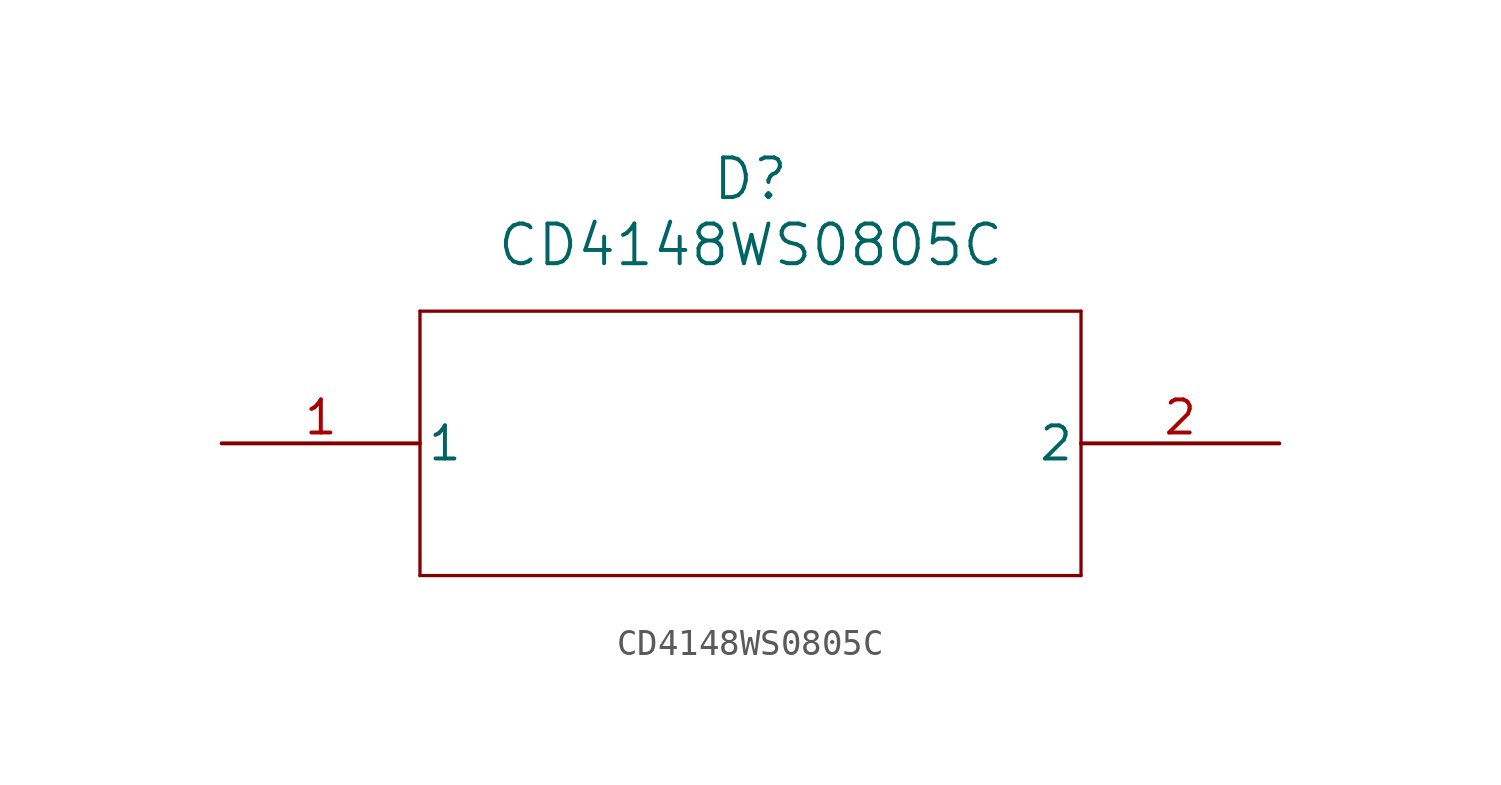
<source format=kicad_sym>
(kicad_symbol_lib
  (version 20211014)
  (generator kicad_symbol_editor)
  (symbol "CD4148WS0805C"
    (pin_names
      (offset 0.254))
    (property "Reference" "D"
      (at 20.32 10.16 0)
      (effects (font (size 1.524 1.524))))
    (property "Value" "CD4148WS0805C"
      (at 20.32 7.62 0)
      (effects (font (size 1.524 1.524))))
    (symbol "CD4148WS0805C_0_1"
      (polyline (pts (xy 7.62 5.08) (xy 7.62 -5.08)) (stroke (width 0.127) (type default) (color 0 0 0 0)) (fill (type none)))
      (polyline (pts (xy 7.62 -5.08) (xy 33.02 -5.08)) (stroke (width 0.127) (type default) (color 0 0 0 0)) (fill (type none)))
      (polyline (pts (xy 33.02 -5.08) (xy 33.02 5.08)) (stroke (width 0.127) (type default) (color 0 0 0 0)) (fill (type none)))
      (polyline (pts (xy 33.02 5.08) (xy 7.62 5.08)) (stroke (width 0.127) (type default) (color 0 0 0 0)) (fill (type none)))
      (pin unspecified line (at 0 0 0) (length 7.62) (name "1" (effects (font (size 1.27 1.27)))) (number "1" (effects (font (size 1.27 1.27)))))
      (pin unspecified line (at 40.64 0 180) (length 7.62) (name "2" (effects (font (size 1.27 1.27)))) (number "2" (effects (font (size 1.27 1.27))))))))
</source>
